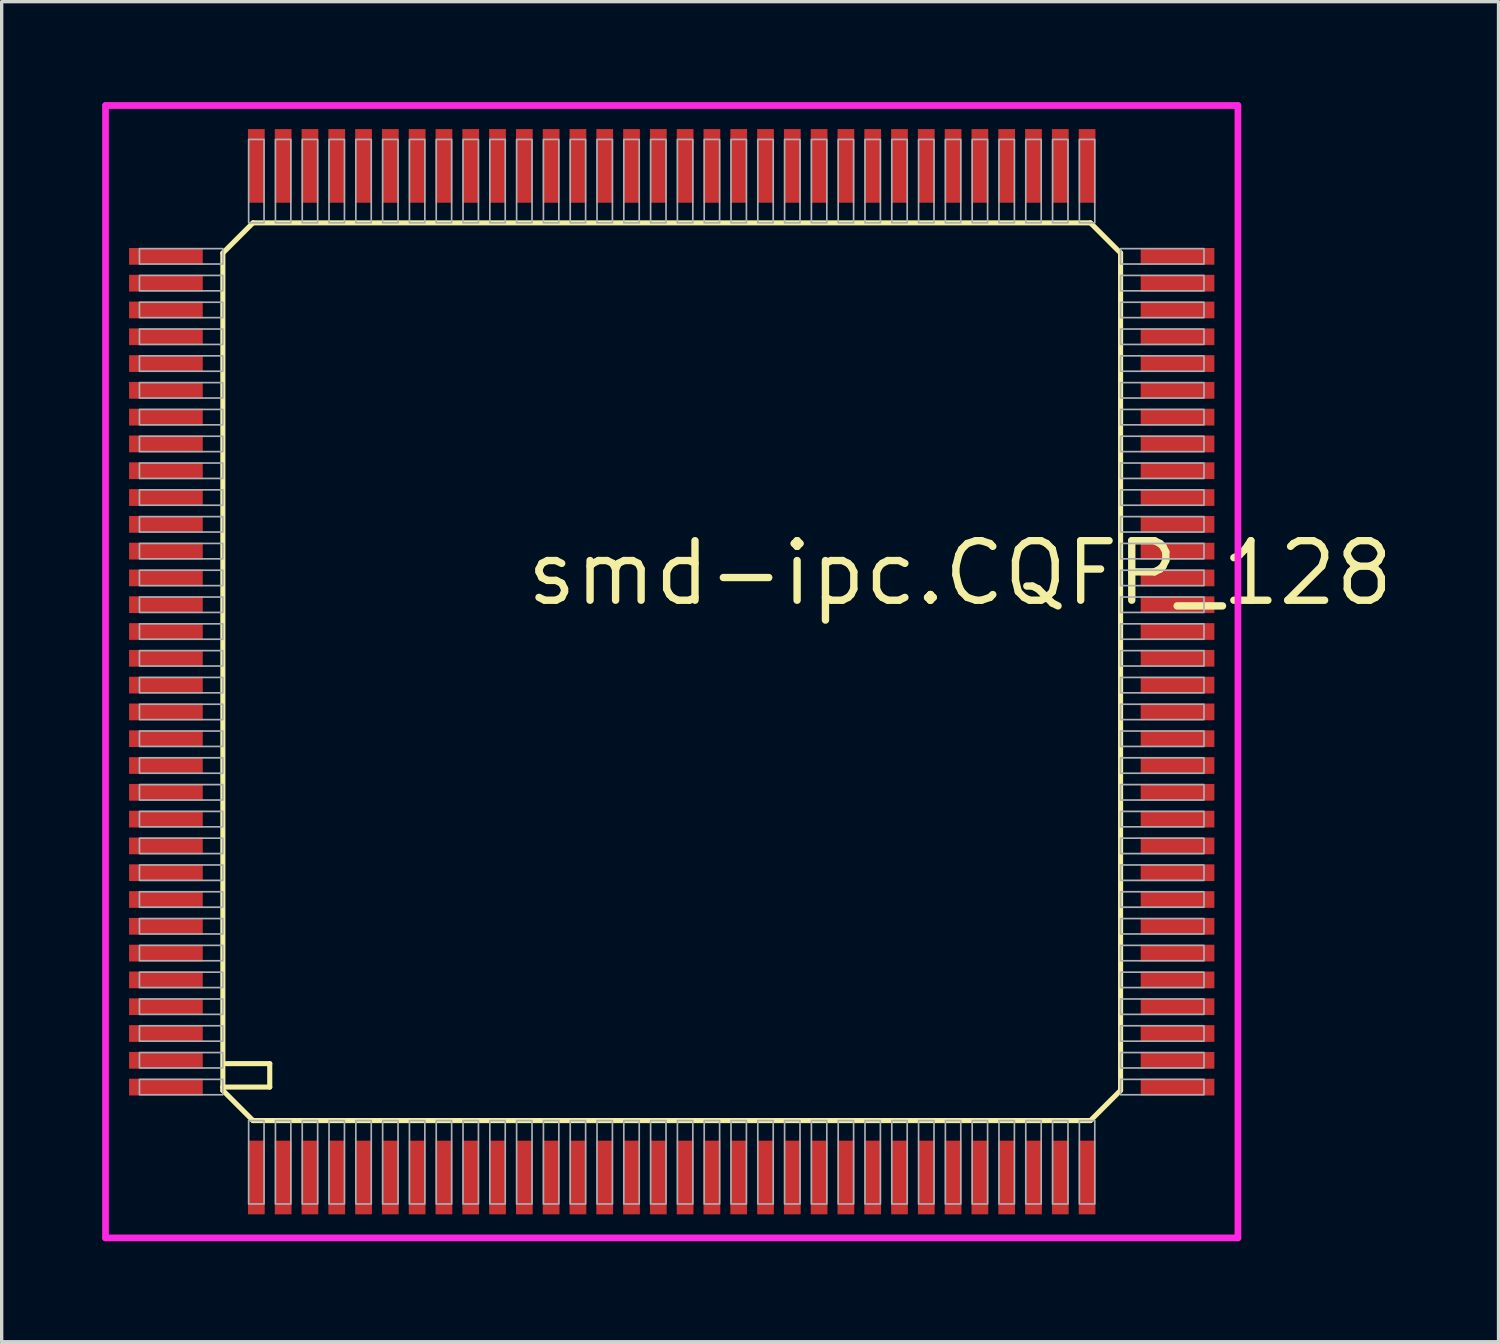
<source format=kicad_pcb>
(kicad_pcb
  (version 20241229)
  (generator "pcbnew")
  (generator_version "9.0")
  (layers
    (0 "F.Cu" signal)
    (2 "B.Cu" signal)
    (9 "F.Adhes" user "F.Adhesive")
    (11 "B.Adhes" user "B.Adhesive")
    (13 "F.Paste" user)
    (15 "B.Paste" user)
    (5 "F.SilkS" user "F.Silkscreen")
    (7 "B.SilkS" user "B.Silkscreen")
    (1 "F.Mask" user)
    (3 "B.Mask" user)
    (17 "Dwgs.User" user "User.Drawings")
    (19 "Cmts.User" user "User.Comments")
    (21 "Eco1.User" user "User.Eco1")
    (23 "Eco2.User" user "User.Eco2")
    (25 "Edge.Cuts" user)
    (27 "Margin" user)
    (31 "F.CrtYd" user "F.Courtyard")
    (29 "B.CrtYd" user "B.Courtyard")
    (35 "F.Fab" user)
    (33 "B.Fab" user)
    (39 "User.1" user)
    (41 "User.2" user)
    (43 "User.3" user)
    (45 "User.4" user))
  (footprint "smd-ipc.CQFP_128"
    (layer "F.Cu")
    (at 17.003 17.003)
    (property "Reference" "smd-ipc.CQFP_128" (at -4.445 -1.905 0) (layer "F.SilkS") (effects (font (size 1.778 1.778) (thickness 0.22)) (justify left bottom)))
    (attr smd)
    (fp_line (start -13.4 -12.5) (end -13.4 12.4) (stroke (width 0.152) (type default)) (layer "F.SilkS"))
    (fp_line (start -13.4 -12.5) (end -12.5 -13.4) (stroke (width 0.152) (type default)) (layer "F.SilkS"))
    (fp_line (start -13.4 12.4) (end -13.4 12.5) (stroke (width 0.152) (type default)) (layer "F.SilkS"))
    (fp_line (start -13.4 12.4) (end -12 12.4) (stroke (width 0.152) (type default)) (layer "F.SilkS"))
    (fp_line (start -13.4 12.5) (end -12.5 13.4) (stroke (width 0.152) (type default)) (layer "F.SilkS"))
    (fp_line (start -12.5 13.4) (end 12.5 13.4) (stroke (width 0.152) (type default)) (layer "F.SilkS"))
    (fp_line (start -12 11.7) (end -13.3 11.7) (stroke (width 0.152) (type default)) (layer "F.SilkS"))
    (fp_line (start -12 12.4) (end -12 11.7) (stroke (width 0.152) (type default)) (layer "F.SilkS"))
    (fp_line (start 12.5 -13.4) (end -12.5 -13.4) (stroke (width 0.152) (type default)) (layer "F.SilkS"))
    (fp_line (start 12.5 -13.4) (end 13.4 -12.5) (stroke (width 0.152) (type default)) (layer "F.SilkS"))
    (fp_line (start 12.5 13.4) (end 13.4 12.5) (stroke (width 0.152) (type default)) (layer "F.SilkS"))
    (fp_line (start 13.4 12.5) (end 13.4 -12.5) (stroke (width 0.152) (type default)) (layer "F.SilkS"))
    (fp_line (start -16.903 -16.903) (end 16.903 -16.903) (stroke (width 0.2) (type default)) (layer "F.CrtYd"))
    (fp_line (start -16.903 16.903) (end -16.903 -16.903) (stroke (width 0.2) (type default)) (layer "F.CrtYd"))
    (fp_line (start 16.903 -16.903) (end 16.903 16.903) (stroke (width 0.2) (type default)) (layer "F.CrtYd"))
    (fp_line (start 16.903 16.903) (end -16.903 16.903) (stroke (width 0.2) (type default)) (layer "F.CrtYd"))
    (fp_rect (start -15.89 -12.17) (end -13.4 -12.63) (stroke (width 0.05) (type default)) (fill no) (layer "F.Fab"))
    (fp_rect (start -15.89 -11.37) (end -13.4 -11.83) (stroke (width 0.05) (type default)) (fill no) (layer "F.Fab"))
    (fp_rect (start -15.89 -10.57) (end -13.4 -11.03) (stroke (width 0.05) (type default)) (fill no) (layer "F.Fab"))
    (fp_rect (start -15.89 -9.77) (end -13.4 -10.23) (stroke (width 0.05) (type default)) (fill no) (layer "F.Fab"))
    (fp_rect (start -15.89 -8.97) (end -13.4 -9.43) (stroke (width 0.05) (type default)) (fill no) (layer "F.Fab"))
    (fp_rect (start -15.89 -8.17) (end -13.4 -8.63) (stroke (width 0.05) (type default)) (fill no) (layer "F.Fab"))
    (fp_rect (start -15.89 -7.37) (end -13.4 -7.83) (stroke (width 0.05) (type default)) (fill no) (layer "F.Fab"))
    (fp_rect (start -15.89 -6.57) (end -13.4 -7.03) (stroke (width 0.05) (type default)) (fill no) (layer "F.Fab"))
    (fp_rect (start -15.89 -5.77) (end -13.4 -6.23) (stroke (width 0.05) (type default)) (fill no) (layer "F.Fab"))
    (fp_rect (start -15.89 -4.97) (end -13.4 -5.43) (stroke (width 0.05) (type default)) (fill no) (layer "F.Fab"))
    (fp_rect (start -15.89 -4.17) (end -13.4 -4.63) (stroke (width 0.05) (type default)) (fill no) (layer "F.Fab"))
    (fp_rect (start -15.89 -3.37) (end -13.4 -3.83) (stroke (width 0.05) (type default)) (fill no) (layer "F.Fab"))
    (fp_rect (start -15.89 -2.57) (end -13.4 -3.03) (stroke (width 0.05) (type default)) (fill no) (layer "F.Fab"))
    (fp_rect (start -15.89 -1.77) (end -13.4 -2.23) (stroke (width 0.05) (type default)) (fill no) (layer "F.Fab"))
    (fp_rect (start -15.89 -0.97) (end -13.4 -1.43) (stroke (width 0.05) (type default)) (fill no) (layer "F.Fab"))
    (fp_rect (start -15.89 -0.17) (end -13.4 -0.63) (stroke (width 0.05) (type default)) (fill no) (layer "F.Fab"))
    (fp_rect (start -15.89 0.63) (end -13.4 0.17) (stroke (width 0.05) (type default)) (fill no) (layer "F.Fab"))
    (fp_rect (start -15.89 1.43) (end -13.4 0.97) (stroke (width 0.05) (type default)) (fill no) (layer "F.Fab"))
    (fp_rect (start -15.89 2.23) (end -13.4 1.77) (stroke (width 0.05) (type default)) (fill no) (layer "F.Fab"))
    (fp_rect (start -15.89 3.03) (end -13.4 2.57) (stroke (width 0.05) (type default)) (fill no) (layer "F.Fab"))
    (fp_rect (start -15.89 3.83) (end -13.4 3.37) (stroke (width 0.05) (type default)) (fill no) (layer "F.Fab"))
    (fp_rect (start -15.89 4.63) (end -13.4 4.17) (stroke (width 0.05) (type default)) (fill no) (layer "F.Fab"))
    (fp_rect (start -15.89 5.43) (end -13.4 4.97) (stroke (width 0.05) (type default)) (fill no) (layer "F.Fab"))
    (fp_rect (start -15.89 6.23) (end -13.4 5.77) (stroke (width 0.05) (type default)) (fill no) (layer "F.Fab"))
    (fp_rect (start -15.89 7.03) (end -13.4 6.57) (stroke (width 0.05) (type default)) (fill no) (layer "F.Fab"))
    (fp_rect (start -15.89 7.83) (end -13.4 7.37) (stroke (width 0.05) (type default)) (fill no) (layer "F.Fab"))
    (fp_rect (start -15.89 8.63) (end -13.4 8.17) (stroke (width 0.05) (type default)) (fill no) (layer "F.Fab"))
    (fp_rect (start -15.89 9.43) (end -13.4 8.97) (stroke (width 0.05) (type default)) (fill no) (layer "F.Fab"))
    (fp_rect (start -15.89 10.23) (end -13.4 9.77) (stroke (width 0.05) (type default)) (fill no) (layer "F.Fab"))
    (fp_rect (start -15.89 11.03) (end -13.4 10.57) (stroke (width 0.05) (type default)) (fill no) (layer "F.Fab"))
    (fp_rect (start -15.89 11.83) (end -13.4 11.37) (stroke (width 0.05) (type default)) (fill no) (layer "F.Fab"))
    (fp_rect (start -15.89 12.63) (end -13.4 12.17) (stroke (width 0.05) (type default)) (fill no) (layer "F.Fab"))
    (fp_rect (start -12.63 -13.4) (end -12.17 -15.89) (stroke (width 0.05) (type default)) (fill no) (layer "F.Fab"))
    (fp_rect (start -12.63 15.89) (end -12.17 13.4) (stroke (width 0.05) (type default)) (fill no) (layer "F.Fab"))
    (fp_rect (start -11.83 -13.4) (end -11.37 -15.89) (stroke (width 0.05) (type default)) (fill no) (layer "F.Fab"))
    (fp_rect (start -11.83 15.89) (end -11.37 13.4) (stroke (width 0.05) (type default)) (fill no) (layer "F.Fab"))
    (fp_rect (start -11.03 -13.4) (end -10.57 -15.89) (stroke (width 0.05) (type default)) (fill no) (layer "F.Fab"))
    (fp_rect (start -11.03 15.89) (end -10.57 13.4) (stroke (width 0.05) (type default)) (fill no) (layer "F.Fab"))
    (fp_rect (start -10.23 -13.4) (end -9.77 -15.89) (stroke (width 0.05) (type default)) (fill no) (layer "F.Fab"))
    (fp_rect (start -10.23 15.89) (end -9.77 13.4) (stroke (width 0.05) (type default)) (fill no) (layer "F.Fab"))
    (fp_rect (start -9.43 -13.4) (end -8.97 -15.89) (stroke (width 0.05) (type default)) (fill no) (layer "F.Fab"))
    (fp_rect (start -9.43 15.89) (end -8.97 13.4) (stroke (width 0.05) (type default)) (fill no) (layer "F.Fab"))
    (fp_rect (start -8.63 -13.4) (end -8.17 -15.89) (stroke (width 0.05) (type default)) (fill no) (layer "F.Fab"))
    (fp_rect (start -8.63 15.89) (end -8.17 13.4) (stroke (width 0.05) (type default)) (fill no) (layer "F.Fab"))
    (fp_rect (start -7.83 -13.4) (end -7.37 -15.89) (stroke (width 0.05) (type default)) (fill no) (layer "F.Fab"))
    (fp_rect (start -7.83 15.89) (end -7.37 13.4) (stroke (width 0.05) (type default)) (fill no) (layer "F.Fab"))
    (fp_rect (start -7.03 -13.4) (end -6.57 -15.89) (stroke (width 0.05) (type default)) (fill no) (layer "F.Fab"))
    (fp_rect (start -7.03 15.89) (end -6.57 13.4) (stroke (width 0.05) (type default)) (fill no) (layer "F.Fab"))
    (fp_rect (start -6.23 -13.4) (end -5.77 -15.89) (stroke (width 0.05) (type default)) (fill no) (layer "F.Fab"))
    (fp_rect (start -6.23 15.89) (end -5.77 13.4) (stroke (width 0.05) (type default)) (fill no) (layer "F.Fab"))
    (fp_rect (start -5.43 -13.4) (end -4.97 -15.89) (stroke (width 0.05) (type default)) (fill no) (layer "F.Fab"))
    (fp_rect (start -5.43 15.89) (end -4.97 13.4) (stroke (width 0.05) (type default)) (fill no) (layer "F.Fab"))
    (fp_rect (start -4.63 -13.4) (end -4.17 -15.89) (stroke (width 0.05) (type default)) (fill no) (layer "F.Fab"))
    (fp_rect (start -4.63 15.89) (end -4.17 13.4) (stroke (width 0.05) (type default)) (fill no) (layer "F.Fab"))
    (fp_rect (start -3.83 -13.4) (end -3.37 -15.89) (stroke (width 0.05) (type default)) (fill no) (layer "F.Fab"))
    (fp_rect (start -3.83 15.89) (end -3.37 13.4) (stroke (width 0.05) (type default)) (fill no) (layer "F.Fab"))
    (fp_rect (start -3.03 -13.4) (end -2.57 -15.89) (stroke (width 0.05) (type default)) (fill no) (layer "F.Fab"))
    (fp_rect (start -3.03 15.89) (end -2.57 13.4) (stroke (width 0.05) (type default)) (fill no) (layer "F.Fab"))
    (fp_rect (start -2.23 -13.4) (end -1.77 -15.89) (stroke (width 0.05) (type default)) (fill no) (layer "F.Fab"))
    (fp_rect (start -2.23 15.89) (end -1.77 13.4) (stroke (width 0.05) (type default)) (fill no) (layer "F.Fab"))
    (fp_rect (start -1.43 -13.4) (end -0.97 -15.89) (stroke (width 0.05) (type default)) (fill no) (layer "F.Fab"))
    (fp_rect (start -1.43 15.89) (end -0.97 13.4) (stroke (width 0.05) (type default)) (fill no) (layer "F.Fab"))
    (fp_rect (start -0.63 -13.4) (end -0.17 -15.89) (stroke (width 0.05) (type default)) (fill no) (layer "F.Fab"))
    (fp_rect (start -0.63 15.89) (end -0.17 13.4) (stroke (width 0.05) (type default)) (fill no) (layer "F.Fab"))
    (fp_rect (start 0.17 -13.4) (end 0.63 -15.89) (stroke (width 0.05) (type default)) (fill no) (layer "F.Fab"))
    (fp_rect (start 0.17 15.89) (end 0.63 13.4) (stroke (width 0.05) (type default)) (fill no) (layer "F.Fab"))
    (fp_rect (start 0.97 -13.4) (end 1.43 -15.89) (stroke (width 0.05) (type default)) (fill no) (layer "F.Fab"))
    (fp_rect (start 0.97 15.89) (end 1.43 13.4) (stroke (width 0.05) (type default)) (fill no) (layer "F.Fab"))
    (fp_rect (start 1.77 -13.4) (end 2.23 -15.89) (stroke (width 0.05) (type default)) (fill no) (layer "F.Fab"))
    (fp_rect (start 1.77 15.89) (end 2.23 13.4) (stroke (width 0.05) (type default)) (fill no) (layer "F.Fab"))
    (fp_rect (start 2.57 -13.4) (end 3.03 -15.89) (stroke (width 0.05) (type default)) (fill no) (layer "F.Fab"))
    (fp_rect (start 2.57 15.89) (end 3.03 13.4) (stroke (width 0.05) (type default)) (fill no) (layer "F.Fab"))
    (fp_rect (start 3.37 -13.4) (end 3.83 -15.89) (stroke (width 0.05) (type default)) (fill no) (layer "F.Fab"))
    (fp_rect (start 3.37 15.89) (end 3.83 13.4) (stroke (width 0.05) (type default)) (fill no) (layer "F.Fab"))
    (fp_rect (start 4.17 -13.4) (end 4.63 -15.89) (stroke (width 0.05) (type default)) (fill no) (layer "F.Fab"))
    (fp_rect (start 4.17 15.89) (end 4.63 13.4) (stroke (width 0.05) (type default)) (fill no) (layer "F.Fab"))
    (fp_rect (start 4.97 -13.4) (end 5.43 -15.89) (stroke (width 0.05) (type default)) (fill no) (layer "F.Fab"))
    (fp_rect (start 4.97 15.89) (end 5.43 13.4) (stroke (width 0.05) (type default)) (fill no) (layer "F.Fab"))
    (fp_rect (start 5.77 -13.4) (end 6.23 -15.89) (stroke (width 0.05) (type default)) (fill no) (layer "F.Fab"))
    (fp_rect (start 5.77 15.89) (end 6.23 13.4) (stroke (width 0.05) (type default)) (fill no) (layer "F.Fab"))
    (fp_rect (start 6.57 -13.4) (end 7.03 -15.89) (stroke (width 0.05) (type default)) (fill no) (layer "F.Fab"))
    (fp_rect (start 6.57 15.89) (end 7.03 13.4) (stroke (width 0.05) (type default)) (fill no) (layer "F.Fab"))
    (fp_rect (start 7.37 -13.4) (end 7.83 -15.89) (stroke (width 0.05) (type default)) (fill no) (layer "F.Fab"))
    (fp_rect (start 7.37 15.89) (end 7.83 13.4) (stroke (width 0.05) (type default)) (fill no) (layer "F.Fab"))
    (fp_rect (start 8.17 -13.4) (end 8.63 -15.89) (stroke (width 0.05) (type default)) (fill no) (layer "F.Fab"))
    (fp_rect (start 8.17 15.89) (end 8.63 13.4) (stroke (width 0.05) (type default)) (fill no) (layer "F.Fab"))
    (fp_rect (start 8.97 -13.4) (end 9.43 -15.89) (stroke (width 0.05) (type default)) (fill no) (layer "F.Fab"))
    (fp_rect (start 8.97 15.89) (end 9.43 13.4) (stroke (width 0.05) (type default)) (fill no) (layer "F.Fab"))
    (fp_rect (start 9.77 -13.4) (end 10.23 -15.89) (stroke (width 0.05) (type default)) (fill no) (layer "F.Fab"))
    (fp_rect (start 9.77 15.89) (end 10.23 13.4) (stroke (width 0.05) (type default)) (fill no) (layer "F.Fab"))
    (fp_rect (start 10.57 -13.4) (end 11.03 -15.89) (stroke (width 0.05) (type default)) (fill no) (layer "F.Fab"))
    (fp_rect (start 10.57 15.89) (end 11.03 13.4) (stroke (width 0.05) (type default)) (fill no) (layer "F.Fab"))
    (fp_rect (start 11.37 -13.4) (end 11.83 -15.89) (stroke (width 0.05) (type default)) (fill no) (layer "F.Fab"))
    (fp_rect (start 11.37 15.89) (end 11.83 13.4) (stroke (width 0.05) (type default)) (fill no) (layer "F.Fab"))
    (fp_rect (start 12.17 -13.4) (end 12.63 -15.89) (stroke (width 0.05) (type default)) (fill no) (layer "F.Fab"))
    (fp_rect (start 12.17 15.89) (end 12.63 13.4) (stroke (width 0.05) (type default)) (fill no) (layer "F.Fab"))
    (fp_rect (start 13.4 -12.17) (end 15.89 -12.63) (stroke (width 0.05) (type default)) (fill no) (layer "F.Fab"))
    (fp_rect (start 13.4 -11.37) (end 15.89 -11.83) (stroke (width 0.05) (type default)) (fill no) (layer "F.Fab"))
    (fp_rect (start 13.4 -10.57) (end 15.89 -11.03) (stroke (width 0.05) (type default)) (fill no) (layer "F.Fab"))
    (fp_rect (start 13.4 -9.77) (end 15.89 -10.23) (stroke (width 0.05) (type default)) (fill no) (layer "F.Fab"))
    (fp_rect (start 13.4 -8.97) (end 15.89 -9.43) (stroke (width 0.05) (type default)) (fill no) (layer "F.Fab"))
    (fp_rect (start 13.4 -8.17) (end 15.89 -8.63) (stroke (width 0.05) (type default)) (fill no) (layer "F.Fab"))
    (fp_rect (start 13.4 -7.37) (end 15.89 -7.83) (stroke (width 0.05) (type default)) (fill no) (layer "F.Fab"))
    (fp_rect (start 13.4 -6.57) (end 15.89 -7.03) (stroke (width 0.05) (type default)) (fill no) (layer "F.Fab"))
    (fp_rect (start 13.4 -5.77) (end 15.89 -6.23) (stroke (width 0.05) (type default)) (fill no) (layer "F.Fab"))
    (fp_rect (start 13.4 -4.97) (end 15.89 -5.43) (stroke (width 0.05) (type default)) (fill no) (layer "F.Fab"))
    (fp_rect (start 13.4 -4.17) (end 15.89 -4.63) (stroke (width 0.05) (type default)) (fill no) (layer "F.Fab"))
    (fp_rect (start 13.4 -3.37) (end 15.89 -3.83) (stroke (width 0.05) (type default)) (fill no) (layer "F.Fab"))
    (fp_rect (start 13.4 -2.57) (end 15.89 -3.03) (stroke (width 0.05) (type default)) (fill no) (layer "F.Fab"))
    (fp_rect (start 13.4 -1.77) (end 15.89 -2.23) (stroke (width 0.05) (type default)) (fill no) (layer "F.Fab"))
    (fp_rect (start 13.4 -0.97) (end 15.89 -1.43) (stroke (width 0.05) (type default)) (fill no) (layer "F.Fab"))
    (fp_rect (start 13.4 -0.17) (end 15.89 -0.63) (stroke (width 0.05) (type default)) (fill no) (layer "F.Fab"))
    (fp_rect (start 13.4 0.63) (end 15.89 0.17) (stroke (width 0.05) (type default)) (fill no) (layer "F.Fab"))
    (fp_rect (start 13.4 1.43) (end 15.89 0.97) (stroke (width 0.05) (type default)) (fill no) (layer "F.Fab"))
    (fp_rect (start 13.4 2.23) (end 15.89 1.77) (stroke (width 0.05) (type default)) (fill no) (layer "F.Fab"))
    (fp_rect (start 13.4 3.03) (end 15.89 2.57) (stroke (width 0.05) (type default)) (fill no) (layer "F.Fab"))
    (fp_rect (start 13.4 3.83) (end 15.89 3.37) (stroke (width 0.05) (type default)) (fill no) (layer "F.Fab"))
    (fp_rect (start 13.4 4.63) (end 15.89 4.17) (stroke (width 0.05) (type default)) (fill no) (layer "F.Fab"))
    (fp_rect (start 13.4 5.43) (end 15.89 4.97) (stroke (width 0.05) (type default)) (fill no) (layer "F.Fab"))
    (fp_rect (start 13.4 6.23) (end 15.89 5.77) (stroke (width 0.05) (type default)) (fill no) (layer "F.Fab"))
    (fp_rect (start 13.4 7.03) (end 15.89 6.57) (stroke (width 0.05) (type default)) (fill no) (layer "F.Fab"))
    (fp_rect (start 13.4 7.83) (end 15.89 7.37) (stroke (width 0.05) (type default)) (fill no) (layer "F.Fab"))
    (fp_rect (start 13.4 8.63) (end 15.89 8.17) (stroke (width 0.05) (type default)) (fill no) (layer "F.Fab"))
    (fp_rect (start 13.4 9.43) (end 15.89 8.97) (stroke (width 0.05) (type default)) (fill no) (layer "F.Fab"))
    (fp_rect (start 13.4 10.23) (end 15.89 9.77) (stroke (width 0.05) (type default)) (fill no) (layer "F.Fab"))
    (fp_rect (start 13.4 11.03) (end 15.89 10.57) (stroke (width 0.05) (type default)) (fill no) (layer "F.Fab"))
    (fp_rect (start 13.4 11.83) (end 15.89 11.37) (stroke (width 0.05) (type default)) (fill no) (layer "F.Fab"))
    (fp_rect (start 13.4 12.63) (end 15.89 12.17) (stroke (width 0.05) (type default)) (fill no) (layer "F.Fab"))
    (pad "1" smd roundrect (at -12.4 15.1) (size 0.5 2.2) (layers "F.Cu" "F.Mask" "F.Paste") (roundrect_rratio 0.01))
    (pad "2" smd roundrect (at -11.6 15.1) (size 0.5 2.2) (layers "F.Cu" "F.Mask" "F.Paste") (roundrect_rratio 0.01))
    (pad "3" smd roundrect (at -10.8 15.1) (size 0.5 2.2) (layers "F.Cu" "F.Mask" "F.Paste") (roundrect_rratio 0.01))
    (pad "4" smd roundrect (at -10 15.1) (size 0.5 2.2) (layers "F.Cu" "F.Mask" "F.Paste") (roundrect_rratio 0.01))
    (pad "5" smd roundrect (at -9.2 15.1) (size 0.5 2.2) (layers "F.Cu" "F.Mask" "F.Paste") (roundrect_rratio 0.01))
    (pad "6" smd roundrect (at -8.4 15.1) (size 0.5 2.2) (layers "F.Cu" "F.Mask" "F.Paste") (roundrect_rratio 0.01))
    (pad "7" smd roundrect (at -7.6 15.1) (size 0.5 2.2) (layers "F.Cu" "F.Mask" "F.Paste") (roundrect_rratio 0.01))
    (pad "8" smd roundrect (at -6.8 15.1) (size 0.5 2.2) (layers "F.Cu" "F.Mask" "F.Paste") (roundrect_rratio 0.01))
    (pad "9" smd roundrect (at -6 15.1) (size 0.5 2.2) (layers "F.Cu" "F.Mask" "F.Paste") (roundrect_rratio 0.01))
    (pad "10" smd roundrect (at -5.2 15.1) (size 0.5 2.2) (layers "F.Cu" "F.Mask" "F.Paste") (roundrect_rratio 0.01))
    (pad "11" smd roundrect (at -4.4 15.1) (size 0.5 2.2) (layers "F.Cu" "F.Mask" "F.Paste") (roundrect_rratio 0.01))
    (pad "12" smd roundrect (at -3.6 15.1) (size 0.5 2.2) (layers "F.Cu" "F.Mask" "F.Paste") (roundrect_rratio 0.01))
    (pad "13" smd roundrect (at -2.8 15.1) (size 0.5 2.2) (layers "F.Cu" "F.Mask" "F.Paste") (roundrect_rratio 0.01))
    (pad "14" smd roundrect (at -2 15.1) (size 0.5 2.2) (layers "F.Cu" "F.Mask" "F.Paste") (roundrect_rratio 0.01))
    (pad "15" smd roundrect (at -1.2 15.1) (size 0.5 2.2) (layers "F.Cu" "F.Mask" "F.Paste") (roundrect_rratio 0.01))
    (pad "16" smd roundrect (at -0.4 15.1) (size 0.5 2.2) (layers "F.Cu" "F.Mask" "F.Paste") (roundrect_rratio 0.01))
    (pad "17" smd roundrect (at 0.4 15.1) (size 0.5 2.2) (layers "F.Cu" "F.Mask" "F.Paste") (roundrect_rratio 0.01))
    (pad "18" smd roundrect (at 1.2 15.1) (size 0.5 2.2) (layers "F.Cu" "F.Mask" "F.Paste") (roundrect_rratio 0.01))
    (pad "19" smd roundrect (at 2 15.1) (size 0.5 2.2) (layers "F.Cu" "F.Mask" "F.Paste") (roundrect_rratio 0.01))
    (pad "20" smd roundrect (at 2.8 15.1) (size 0.5 2.2) (layers "F.Cu" "F.Mask" "F.Paste") (roundrect_rratio 0.01))
    (pad "21" smd roundrect (at 3.6 15.1) (size 0.5 2.2) (layers "F.Cu" "F.Mask" "F.Paste") (roundrect_rratio 0.01))
    (pad "22" smd roundrect (at 4.4 15.1) (size 0.5 2.2) (layers "F.Cu" "F.Mask" "F.Paste") (roundrect_rratio 0.01))
    (pad "23" smd roundrect (at 5.2 15.1) (size 0.5 2.2) (layers "F.Cu" "F.Mask" "F.Paste") (roundrect_rratio 0.01))
    (pad "24" smd roundrect (at 6 15.1) (size 0.5 2.2) (layers "F.Cu" "F.Mask" "F.Paste") (roundrect_rratio 0.01))
    (pad "25" smd roundrect (at 6.8 15.1) (size 0.5 2.2) (layers "F.Cu" "F.Mask" "F.Paste") (roundrect_rratio 0.01))
    (pad "26" smd roundrect (at 7.6 15.1) (size 0.5 2.2) (layers "F.Cu" "F.Mask" "F.Paste") (roundrect_rratio 0.01))
    (pad "27" smd roundrect (at 8.4 15.1) (size 0.5 2.2) (layers "F.Cu" "F.Mask" "F.Paste") (roundrect_rratio 0.01))
    (pad "28" smd roundrect (at 9.2 15.1) (size 0.5 2.2) (layers "F.Cu" "F.Mask" "F.Paste") (roundrect_rratio 0.01))
    (pad "29" smd roundrect (at 10 15.1) (size 0.5 2.2) (layers "F.Cu" "F.Mask" "F.Paste") (roundrect_rratio 0.01))
    (pad "30" smd roundrect (at 10.8 15.1) (size 0.5 2.2) (layers "F.Cu" "F.Mask" "F.Paste") (roundrect_rratio 0.01))
    (pad "31" smd roundrect (at 11.6 15.1) (size 0.5 2.2) (layers "F.Cu" "F.Mask" "F.Paste") (roundrect_rratio 0.01))
    (pad "32" smd roundrect (at 12.4 15.1) (size 0.5 2.2) (layers "F.Cu" "F.Mask" "F.Paste") (roundrect_rratio 0.01))
    (pad "33" smd roundrect (at 15.1 12.4) (size 2.2 0.5) (layers "F.Cu" "F.Mask" "F.Paste") (roundrect_rratio 0.01))
    (pad "34" smd roundrect (at 15.1 11.6) (size 2.2 0.5) (layers "F.Cu" "F.Mask" "F.Paste") (roundrect_rratio 0.01))
    (pad "35" smd roundrect (at 15.1 10.8) (size 2.2 0.5) (layers "F.Cu" "F.Mask" "F.Paste") (roundrect_rratio 0.01))
    (pad "36" smd roundrect (at 15.1 10) (size 2.2 0.5) (layers "F.Cu" "F.Mask" "F.Paste") (roundrect_rratio 0.01))
    (pad "37" smd roundrect (at 15.1 9.2) (size 2.2 0.5) (layers "F.Cu" "F.Mask" "F.Paste") (roundrect_rratio 0.01))
    (pad "38" smd roundrect (at 15.1 8.4) (size 2.2 0.5) (layers "F.Cu" "F.Mask" "F.Paste") (roundrect_rratio 0.01))
    (pad "39" smd roundrect (at 15.1 7.6) (size 2.2 0.5) (layers "F.Cu" "F.Mask" "F.Paste") (roundrect_rratio 0.01))
    (pad "40" smd roundrect (at 15.1 6.8) (size 2.2 0.5) (layers "F.Cu" "F.Mask" "F.Paste") (roundrect_rratio 0.01))
    (pad "41" smd roundrect (at 15.1 6) (size 2.2 0.5) (layers "F.Cu" "F.Mask" "F.Paste") (roundrect_rratio 0.01))
    (pad "42" smd roundrect (at 15.1 5.2) (size 2.2 0.5) (layers "F.Cu" "F.Mask" "F.Paste") (roundrect_rratio 0.01))
    (pad "43" smd roundrect (at 15.1 4.4) (size 2.2 0.5) (layers "F.Cu" "F.Mask" "F.Paste") (roundrect_rratio 0.01))
    (pad "44" smd roundrect (at 15.1 3.6) (size 2.2 0.5) (layers "F.Cu" "F.Mask" "F.Paste") (roundrect_rratio 0.01))
    (pad "45" smd roundrect (at 15.1 2.8) (size 2.2 0.5) (layers "F.Cu" "F.Mask" "F.Paste") (roundrect_rratio 0.01))
    (pad "46" smd roundrect (at 15.1 2) (size 2.2 0.5) (layers "F.Cu" "F.Mask" "F.Paste") (roundrect_rratio 0.01))
    (pad "47" smd roundrect (at 15.1 1.2) (size 2.2 0.5) (layers "F.Cu" "F.Mask" "F.Paste") (roundrect_rratio 0.01))
    (pad "48" smd roundrect (at 15.1 0.4) (size 2.2 0.5) (layers "F.Cu" "F.Mask" "F.Paste") (roundrect_rratio 0.01))
    (pad "49" smd roundrect (at 15.1 -0.4) (size 2.2 0.5) (layers "F.Cu" "F.Mask" "F.Paste") (roundrect_rratio 0.01))
    (pad "50" smd roundrect (at 15.1 -1.2) (size 2.2 0.5) (layers "F.Cu" "F.Mask" "F.Paste") (roundrect_rratio 0.01))
    (pad "51" smd roundrect (at 15.1 -2) (size 2.2 0.5) (layers "F.Cu" "F.Mask" "F.Paste") (roundrect_rratio 0.01))
    (pad "52" smd roundrect (at 15.1 -2.8) (size 2.2 0.5) (layers "F.Cu" "F.Mask" "F.Paste") (roundrect_rratio 0.01))
    (pad "53" smd roundrect (at 15.1 -3.6) (size 2.2 0.5) (layers "F.Cu" "F.Mask" "F.Paste") (roundrect_rratio 0.01))
    (pad "54" smd roundrect (at 15.1 -4.4) (size 2.2 0.5) (layers "F.Cu" "F.Mask" "F.Paste") (roundrect_rratio 0.01))
    (pad "55" smd roundrect (at 15.1 -5.2) (size 2.2 0.5) (layers "F.Cu" "F.Mask" "F.Paste") (roundrect_rratio 0.01))
    (pad "56" smd roundrect (at 15.1 -6) (size 2.2 0.5) (layers "F.Cu" "F.Mask" "F.Paste") (roundrect_rratio 0.01))
    (pad "57" smd roundrect (at 15.1 -6.8) (size 2.2 0.5) (layers "F.Cu" "F.Mask" "F.Paste") (roundrect_rratio 0.01))
    (pad "58" smd roundrect (at 15.1 -7.6) (size 2.2 0.5) (layers "F.Cu" "F.Mask" "F.Paste") (roundrect_rratio 0.01))
    (pad "59" smd roundrect (at 15.1 -8.4) (size 2.2 0.5) (layers "F.Cu" "F.Mask" "F.Paste") (roundrect_rratio 0.01))
    (pad "60" smd roundrect (at 15.1 -9.2) (size 2.2 0.5) (layers "F.Cu" "F.Mask" "F.Paste") (roundrect_rratio 0.01))
    (pad "61" smd roundrect (at 15.1 -10) (size 2.2 0.5) (layers "F.Cu" "F.Mask" "F.Paste") (roundrect_rratio 0.01))
    (pad "62" smd roundrect (at 15.1 -10.8) (size 2.2 0.5) (layers "F.Cu" "F.Mask" "F.Paste") (roundrect_rratio 0.01))
    (pad "63" smd roundrect (at 15.1 -11.6) (size 2.2 0.5) (layers "F.Cu" "F.Mask" "F.Paste") (roundrect_rratio 0.01))
    (pad "64" smd roundrect (at 15.1 -12.4) (size 2.2 0.5) (layers "F.Cu" "F.Mask" "F.Paste") (roundrect_rratio 0.01))
    (pad "65" smd roundrect (at 12.4 -15.1) (size 0.5 2.2) (layers "F.Cu" "F.Mask" "F.Paste") (roundrect_rratio 0.01))
    (pad "66" smd roundrect (at 11.6 -15.1) (size 0.5 2.2) (layers "F.Cu" "F.Mask" "F.Paste") (roundrect_rratio 0.01))
    (pad "67" smd roundrect (at 10.8 -15.1) (size 0.5 2.2) (layers "F.Cu" "F.Mask" "F.Paste") (roundrect_rratio 0.01))
    (pad "68" smd roundrect (at 10 -15.1) (size 0.5 2.2) (layers "F.Cu" "F.Mask" "F.Paste") (roundrect_rratio 0.01))
    (pad "69" smd roundrect (at 9.2 -15.1) (size 0.5 2.2) (layers "F.Cu" "F.Mask" "F.Paste") (roundrect_rratio 0.01))
    (pad "70" smd roundrect (at 8.4 -15.1) (size 0.5 2.2) (layers "F.Cu" "F.Mask" "F.Paste") (roundrect_rratio 0.01))
    (pad "71" smd roundrect (at 7.6 -15.1) (size 0.5 2.2) (layers "F.Cu" "F.Mask" "F.Paste") (roundrect_rratio 0.01))
    (pad "72" smd roundrect (at 6.8 -15.1) (size 0.5 2.2) (layers "F.Cu" "F.Mask" "F.Paste") (roundrect_rratio 0.01))
    (pad "73" smd roundrect (at 6 -15.1) (size 0.5 2.2) (layers "F.Cu" "F.Mask" "F.Paste") (roundrect_rratio 0.01))
    (pad "74" smd roundrect (at 5.2 -15.1) (size 0.5 2.2) (layers "F.Cu" "F.Mask" "F.Paste") (roundrect_rratio 0.01))
    (pad "75" smd roundrect (at 4.4 -15.1) (size 0.5 2.2) (layers "F.Cu" "F.Mask" "F.Paste") (roundrect_rratio 0.01))
    (pad "76" smd roundrect (at 3.6 -15.1) (size 0.5 2.2) (layers "F.Cu" "F.Mask" "F.Paste") (roundrect_rratio 0.01))
    (pad "77" smd roundrect (at 2.8 -15.1) (size 0.5 2.2) (layers "F.Cu" "F.Mask" "F.Paste") (roundrect_rratio 0.01))
    (pad "78" smd roundrect (at 2 -15.1) (size 0.5 2.2) (layers "F.Cu" "F.Mask" "F.Paste") (roundrect_rratio 0.01))
    (pad "79" smd roundrect (at 1.2 -15.1) (size 0.5 2.2) (layers "F.Cu" "F.Mask" "F.Paste") (roundrect_rratio 0.01))
    (pad "80" smd roundrect (at 0.4 -15.1) (size 0.5 2.2) (layers "F.Cu" "F.Mask" "F.Paste") (roundrect_rratio 0.01))
    (pad "81" smd roundrect (at -0.4 -15.1) (size 0.5 2.2) (layers "F.Cu" "F.Mask" "F.Paste") (roundrect_rratio 0.01))
    (pad "82" smd roundrect (at -1.2 -15.1) (size 0.5 2.2) (layers "F.Cu" "F.Mask" "F.Paste") (roundrect_rratio 0.01))
    (pad "83" smd roundrect (at -2 -15.1) (size 0.5 2.2) (layers "F.Cu" "F.Mask" "F.Paste") (roundrect_rratio 0.01))
    (pad "84" smd roundrect (at -2.8 -15.1) (size 0.5 2.2) (layers "F.Cu" "F.Mask" "F.Paste") (roundrect_rratio 0.01))
    (pad "85" smd roundrect (at -3.6 -15.1) (size 0.5 2.2) (layers "F.Cu" "F.Mask" "F.Paste") (roundrect_rratio 0.01))
    (pad "86" smd roundrect (at -4.4 -15.1) (size 0.5 2.2) (layers "F.Cu" "F.Mask" "F.Paste") (roundrect_rratio 0.01))
    (pad "87" smd roundrect (at -5.2 -15.1) (size 0.5 2.2) (layers "F.Cu" "F.Mask" "F.Paste") (roundrect_rratio 0.01))
    (pad "88" smd roundrect (at -6 -15.1) (size 0.5 2.2) (layers "F.Cu" "F.Mask" "F.Paste") (roundrect_rratio 0.01))
    (pad "89" smd roundrect (at -6.8 -15.1) (size 0.5 2.2) (layers "F.Cu" "F.Mask" "F.Paste") (roundrect_rratio 0.01))
    (pad "90" smd roundrect (at -7.6 -15.1) (size 0.5 2.2) (layers "F.Cu" "F.Mask" "F.Paste") (roundrect_rratio 0.01))
    (pad "91" smd roundrect (at -8.4 -15.1) (size 0.5 2.2) (layers "F.Cu" "F.Mask" "F.Paste") (roundrect_rratio 0.01))
    (pad "92" smd roundrect (at -9.2 -15.1) (size 0.5 2.2) (layers "F.Cu" "F.Mask" "F.Paste") (roundrect_rratio 0.01))
    (pad "93" smd roundrect (at -10 -15.1) (size 0.5 2.2) (layers "F.Cu" "F.Mask" "F.Paste") (roundrect_rratio 0.01))
    (pad "94" smd roundrect (at -10.8 -15.1) (size 0.5 2.2) (layers "F.Cu" "F.Mask" "F.Paste") (roundrect_rratio 0.01))
    (pad "95" smd roundrect (at -11.6 -15.1) (size 0.5 2.2) (layers "F.Cu" "F.Mask" "F.Paste") (roundrect_rratio 0.01))
    (pad "96" smd roundrect (at -12.4 -15.1) (size 0.5 2.2) (layers "F.Cu" "F.Mask" "F.Paste") (roundrect_rratio 0.01))
    (pad "97" smd roundrect (at -15.1 -12.4) (size 2.2 0.5) (layers "F.Cu" "F.Mask" "F.Paste") (roundrect_rratio 0.01))
    (pad "98" smd roundrect (at -15.1 -11.6) (size 2.2 0.5) (layers "F.Cu" "F.Mask" "F.Paste") (roundrect_rratio 0.01))
    (pad "99" smd roundrect (at -15.1 -10.8) (size 2.2 0.5) (layers "F.Cu" "F.Mask" "F.Paste") (roundrect_rratio 0.01))
    (pad "100" smd roundrect (at -15.1 -10) (size 2.2 0.5) (layers "F.Cu" "F.Mask" "F.Paste") (roundrect_rratio 0.01))
    (pad "101" smd roundrect (at -15.1 -9.2) (size 2.2 0.5) (layers "F.Cu" "F.Mask" "F.Paste") (roundrect_rratio 0.01))
    (pad "102" smd roundrect (at -15.1 -8.4) (size 2.2 0.5) (layers "F.Cu" "F.Mask" "F.Paste") (roundrect_rratio 0.01))
    (pad "103" smd roundrect (at -15.1 -7.6) (size 2.2 0.5) (layers "F.Cu" "F.Mask" "F.Paste") (roundrect_rratio 0.01))
    (pad "104" smd roundrect (at -15.1 -6.8) (size 2.2 0.5) (layers "F.Cu" "F.Mask" "F.Paste") (roundrect_rratio 0.01))
    (pad "105" smd roundrect (at -15.1 -6) (size 2.2 0.5) (layers "F.Cu" "F.Mask" "F.Paste") (roundrect_rratio 0.01))
    (pad "106" smd roundrect (at -15.1 -5.2) (size 2.2 0.5) (layers "F.Cu" "F.Mask" "F.Paste") (roundrect_rratio 0.01))
    (pad "107" smd roundrect (at -15.1 -4.4) (size 2.2 0.5) (layers "F.Cu" "F.Mask" "F.Paste") (roundrect_rratio 0.01))
    (pad "108" smd roundrect (at -15.1 -3.6) (size 2.2 0.5) (layers "F.Cu" "F.Mask" "F.Paste") (roundrect_rratio 0.01))
    (pad "109" smd roundrect (at -15.1 -2.8) (size 2.2 0.5) (layers "F.Cu" "F.Mask" "F.Paste") (roundrect_rratio 0.01))
    (pad "110" smd roundrect (at -15.1 -2) (size 2.2 0.5) (layers "F.Cu" "F.Mask" "F.Paste") (roundrect_rratio 0.01))
    (pad "111" smd roundrect (at -15.1 -1.2) (size 2.2 0.5) (layers "F.Cu" "F.Mask" "F.Paste") (roundrect_rratio 0.01))
    (pad "112" smd roundrect (at -15.1 -0.4) (size 2.2 0.5) (layers "F.Cu" "F.Mask" "F.Paste") (roundrect_rratio 0.01))
    (pad "113" smd roundrect (at -15.1 0.4) (size 2.2 0.5) (layers "F.Cu" "F.Mask" "F.Paste") (roundrect_rratio 0.01))
    (pad "114" smd roundrect (at -15.1 1.2) (size 2.2 0.5) (layers "F.Cu" "F.Mask" "F.Paste") (roundrect_rratio 0.01))
    (pad "115" smd roundrect (at -15.1 2) (size 2.2 0.5) (layers "F.Cu" "F.Mask" "F.Paste") (roundrect_rratio 0.01))
    (pad "116" smd roundrect (at -15.1 2.8) (size 2.2 0.5) (layers "F.Cu" "F.Mask" "F.Paste") (roundrect_rratio 0.01))
    (pad "117" smd roundrect (at -15.1 3.6) (size 2.2 0.5) (layers "F.Cu" "F.Mask" "F.Paste") (roundrect_rratio 0.01))
    (pad "118" smd roundrect (at -15.1 4.4) (size 2.2 0.5) (layers "F.Cu" "F.Mask" "F.Paste") (roundrect_rratio 0.01))
    (pad "119" smd roundrect (at -15.1 5.2) (size 2.2 0.5) (layers "F.Cu" "F.Mask" "F.Paste") (roundrect_rratio 0.01))
    (pad "120" smd roundrect (at -15.1 6) (size 2.2 0.5) (layers "F.Cu" "F.Mask" "F.Paste") (roundrect_rratio 0.01))
    (pad "121" smd roundrect (at -15.1 6.8) (size 2.2 0.5) (layers "F.Cu" "F.Mask" "F.Paste") (roundrect_rratio 0.01))
    (pad "122" smd roundrect (at -15.1 7.6) (size 2.2 0.5) (layers "F.Cu" "F.Mask" "F.Paste") (roundrect_rratio 0.01))
    (pad "123" smd roundrect (at -15.1 8.4) (size 2.2 0.5) (layers "F.Cu" "F.Mask" "F.Paste") (roundrect_rratio 0.01))
    (pad "124" smd roundrect (at -15.1 9.2) (size 2.2 0.5) (layers "F.Cu" "F.Mask" "F.Paste") (roundrect_rratio 0.01))
    (pad "125" smd roundrect (at -15.1 10) (size 2.2 0.5) (layers "F.Cu" "F.Mask" "F.Paste") (roundrect_rratio 0.01))
    (pad "126" smd roundrect (at -15.1 10.8) (size 2.2 0.5) (layers "F.Cu" "F.Mask" "F.Paste") (roundrect_rratio 0.01))
    (pad "127" smd roundrect (at -15.1 11.6) (size 2.2 0.5) (layers "F.Cu" "F.Mask" "F.Paste") (roundrect_rratio 0.01))
    (pad "128" smd roundrect (at -15.1 12.4) (size 2.2 0.5) (layers "F.Cu" "F.Mask" "F.Paste") (roundrect_rratio 0.01)))
  (gr_rect
    (start -3 -3)
    (end 41.686 37.006)
    (stroke (width 0.1) (type default))
    (fill no)
    (layer "Edge.Cuts")))
</source>
